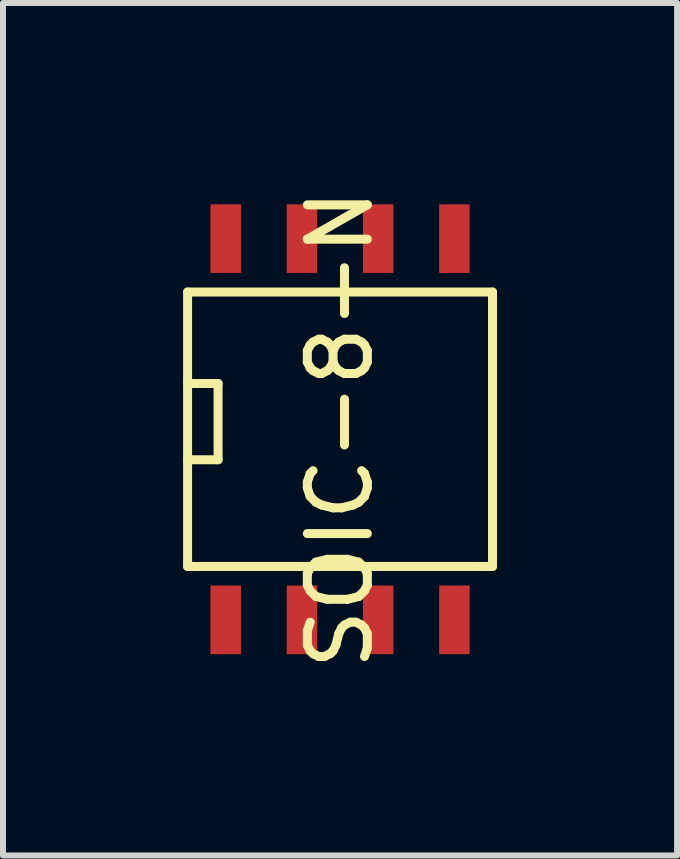
<source format=kicad_pcb>
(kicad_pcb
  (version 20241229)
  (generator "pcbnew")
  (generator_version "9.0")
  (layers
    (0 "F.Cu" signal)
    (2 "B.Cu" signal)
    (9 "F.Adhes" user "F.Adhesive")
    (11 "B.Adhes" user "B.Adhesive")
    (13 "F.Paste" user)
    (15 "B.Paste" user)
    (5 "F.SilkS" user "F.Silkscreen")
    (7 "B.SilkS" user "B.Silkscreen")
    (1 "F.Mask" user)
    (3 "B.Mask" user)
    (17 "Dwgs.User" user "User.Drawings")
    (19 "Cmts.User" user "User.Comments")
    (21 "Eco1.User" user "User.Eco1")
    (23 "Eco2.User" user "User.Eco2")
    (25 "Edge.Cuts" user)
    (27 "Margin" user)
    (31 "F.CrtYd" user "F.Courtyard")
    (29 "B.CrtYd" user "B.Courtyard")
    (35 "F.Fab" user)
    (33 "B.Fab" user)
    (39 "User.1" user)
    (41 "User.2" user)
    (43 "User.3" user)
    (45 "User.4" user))
  (footprint "SOIC-8-N"
    (layer "F.Cu")
    (at 2.615 4.101)
    (property "Reference" "SOIC-8-N" (at 0 0 270) (layer "F.SilkS") (effects (font (size 1 1) (thickness 0.15))))
    (attr smd)
    (fp_line (start -2.54 -2.286) (end 2.54 -2.286) (stroke (width 0.15) (type solid)) (layer "F.SilkS"))
    (fp_line (start -2.54 -0.762) (end -2.032 -0.762) (stroke (width 0.15) (type solid)) (layer "F.SilkS"))
    (fp_line (start -2.54 2.286) (end -2.54 -2.286) (stroke (width 0.15) (type solid)) (layer "F.SilkS"))
    (fp_line (start -2.032 -0.762) (end -2.032 0.508) (stroke (width 0.15) (type solid)) (layer "F.SilkS"))
    (fp_line (start -2.032 0.508) (end -2.54 0.508) (stroke (width 0.15) (type solid)) (layer "F.SilkS"))
    (fp_line (start 2.54 -2.286) (end 2.54 2.286) (stroke (width 0.15) (type solid)) (layer "F.SilkS"))
    (fp_line (start 2.54 2.286) (end -2.54 2.286) (stroke (width 0.15) (type solid)) (layer "F.SilkS"))
    (pad "1" smd rect (at -1.905 3.175) (size 0.508 1.143) (layers "F.Cu" "F.Mask" "F.Paste"))
    (pad "2" smd rect (at -0.635 3.175) (size 0.508 1.143) (layers "F.Cu" "F.Mask" "F.Paste"))
    (pad "3" smd rect (at 0.635 3.175) (size 0.508 1.143) (layers "F.Cu" "F.Mask" "F.Paste"))
    (pad "4" smd rect (at 1.905 3.175) (size 0.508 1.143) (layers "F.Cu" "F.Mask" "F.Paste"))
    (pad "5" smd rect (at 1.905 -3.175) (size 0.508 1.143) (layers "F.Cu" "F.Mask" "F.Paste"))
    (pad "6" smd rect (at 0.635 -3.175) (size 0.508 1.143) (layers "F.Cu" "F.Mask" "F.Paste"))
    (pad "7" smd rect (at -0.635 -3.175) (size 0.508 1.143) (layers "F.Cu" "F.Mask" "F.Paste"))
    (pad "8" smd rect (at -1.905 -3.175) (size 0.508 1.143) (layers "F.Cu" "F.Mask" "F.Paste")))
  (gr_rect
    (start -3 -3)
    (end 8.23 11.202)
    (stroke (width 0.1) (type default))
    (fill no)
    (layer "Edge.Cuts")))
</source>
